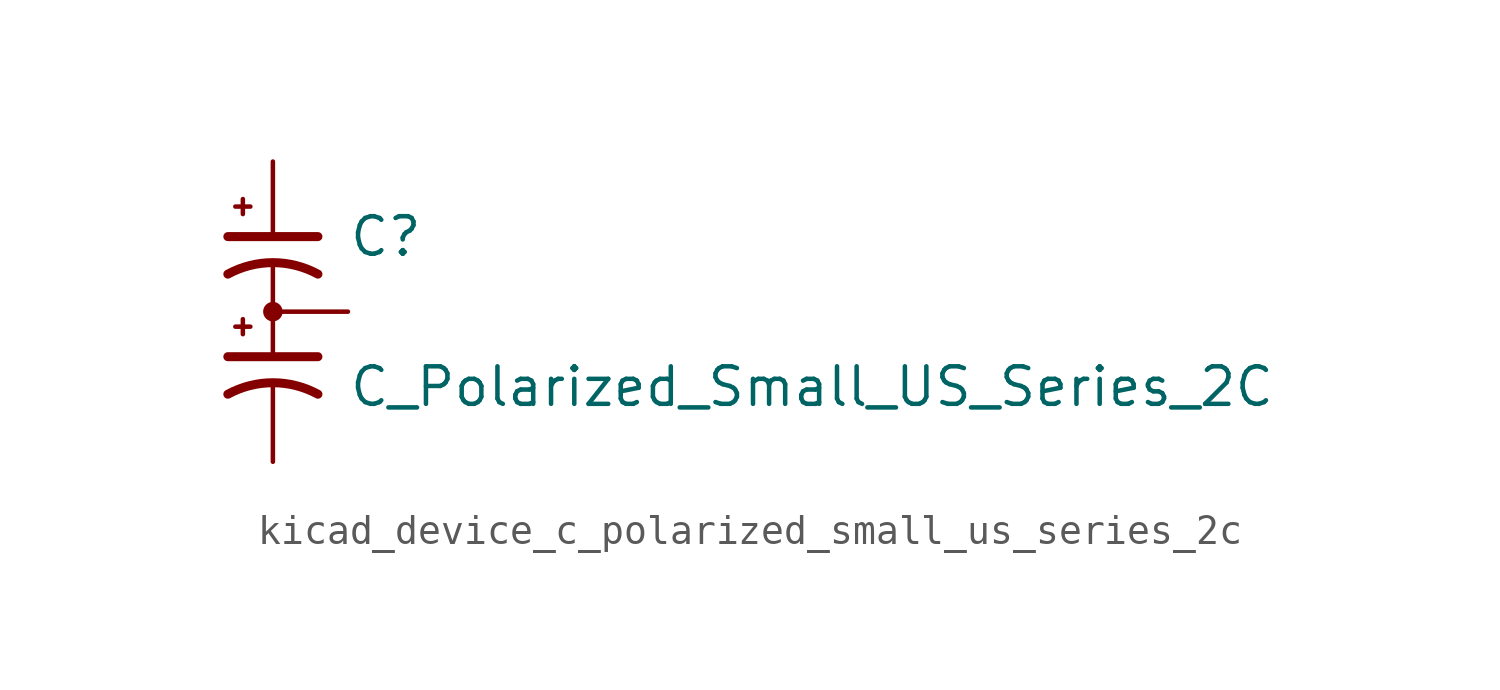
<source format=kicad_sym>
(kicad_symbol_lib
  (version 20220914)
  (generator kicad_symbol_editor)
  (symbol "kicad_device_c_polarized_small_us_series_2c"
    (pin_numbers hide)
    (pin_names hide)
    (property "Reference" "C"
      (at 2.54 2.54 0)
      (effects (font (size 1.27 1.27)) (justify left)))
    (property "Value" "C_Polarized_Small_US_Series_2C"
      (at 2.54 -2.54 0)
      (effects (font (size 1.27 1.27)) (justify left)))
    (symbol "kicad_device_c_polarized_small_us_series_2c_0_1"
      (polyline (pts (xy -1.524 -1.524) (xy 1.524 -1.524)) (stroke (width 0.305) (type default)) (fill (type none)))
      (polyline (pts (xy -1.524 2.54) (xy 1.524 2.54)) (stroke (width 0.305) (type default)) (fill (type none)))
      (polyline (pts (xy -1.27 -0.508) (xy -0.762 -0.508)) (stroke (width 0) (type default)) (fill (type none)))
      (polyline (pts (xy -1.27 3.556) (xy -0.762 3.556)) (stroke (width 0) (type default)) (fill (type none)))
      (polyline (pts (xy -1.016 -0.762) (xy -1.016 -0.254)) (stroke (width 0) (type default)) (fill (type none)))
      (polyline (pts (xy -1.016 3.302) (xy -1.016 3.81)) (stroke (width 0) (type default)) (fill (type none)))
      (polyline (pts (xy 0 1.524) (xy 0 -1.524)) (stroke (width 0.152) (type default)) (fill (type none)))
      (circle (center 0 0) (radius 0.254) (stroke (width 0) (type default)) (fill (type outline)))
      (arc (start 1.524 -2.794) (mid 0 -2.4054) (end -1.524 -2.794) (stroke (width 0.3048) (type default)) (fill (type none)))
      (arc (start 1.524 1.27) (mid 0 1.6586) (end -1.524 1.27) (stroke (width 0.3048) (type default)) (fill (type none))))
    (symbol "kicad_device_c_polarized_small_us_series_2c_1_1"
      (pin passive line (at 0 5.08 270) (length 2.54) (name "~" (effects (font (size 1.27 1.27)))) (number "1" (effects (font (size 1.27 1.27)))))
      (pin passive line (at 2.54 0 180) (length 2.54) (name "~" (effects (font (size 1.27 1.27)))) (number "2" (effects (font (size 1.27 1.27)))))
      (pin passive line (at 0 -5.08 90) (length 2.54) (name "~" (effects (font (size 1.27 1.27)))) (number "3" (effects (font (size 1.27 1.27))))))))
</source>
